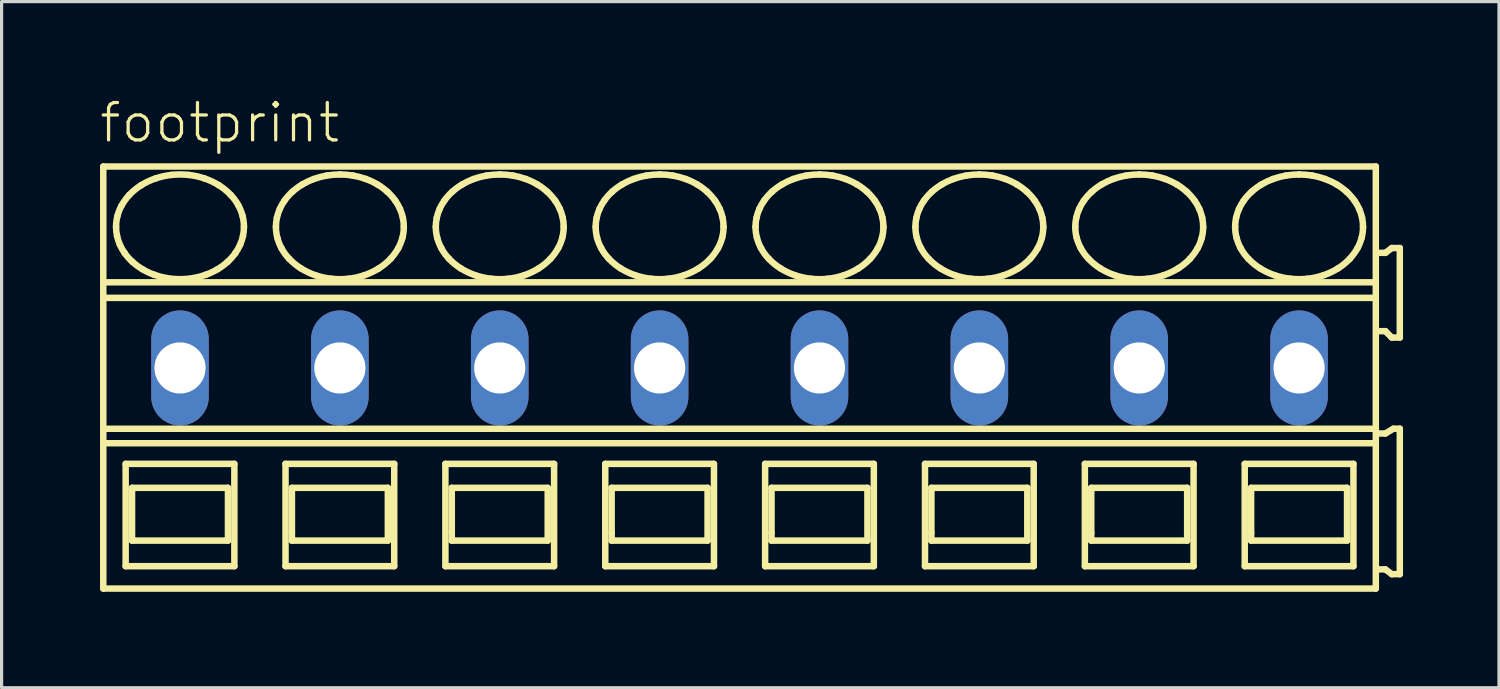
<source format=kicad_pcb>
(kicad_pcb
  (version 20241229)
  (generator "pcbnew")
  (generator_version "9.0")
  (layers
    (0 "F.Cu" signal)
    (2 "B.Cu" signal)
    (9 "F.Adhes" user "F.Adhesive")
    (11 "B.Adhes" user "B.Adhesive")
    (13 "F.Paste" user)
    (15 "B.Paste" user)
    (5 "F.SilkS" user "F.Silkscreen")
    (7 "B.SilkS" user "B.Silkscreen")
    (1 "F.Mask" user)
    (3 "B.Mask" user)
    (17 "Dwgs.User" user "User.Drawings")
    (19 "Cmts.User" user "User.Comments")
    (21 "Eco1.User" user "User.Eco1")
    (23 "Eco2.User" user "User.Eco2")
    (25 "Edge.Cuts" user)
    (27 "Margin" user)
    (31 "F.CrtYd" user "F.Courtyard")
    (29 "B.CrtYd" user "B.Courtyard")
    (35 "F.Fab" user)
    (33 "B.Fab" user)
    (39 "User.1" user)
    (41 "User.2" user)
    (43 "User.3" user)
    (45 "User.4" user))
  (footprint "footprint"
    (layer "F.Cu")
    (at 5.08 8.458)
    (property "Reference" "footprint" (at -5.08 -6.985 0) (layer "F.SilkS") (effects (font (size 1.168 1.168) (thickness 0.102)) (justify left bottom)))
    (fp_line (start -4.9 -6.3) (end -4.9 -2.679) (stroke (width 0.203) (type solid)) (layer "F.SilkS"))
    (fp_line (start -4.9 -2.679) (end -4.9 -2.192) (stroke (width 0.203) (type solid)) (layer "F.SilkS"))
    (fp_line (start -4.9 -2.192) (end -4.9 1.902) (stroke (width 0.203) (type solid)) (layer "F.SilkS"))
    (fp_line (start -4.9 1.902) (end -4.9 2.354) (stroke (width 0.203) (type solid)) (layer "F.SilkS"))
    (fp_line (start -4.9 2.354) (end -4.9 6.9) (stroke (width 0.203) (type solid)) (layer "F.SilkS"))
    (fp_line (start -4.9 6.9) (end 34.9 6.9) (stroke (width 0.203) (type solid)) (layer "F.SilkS"))
    (fp_line (start -4.2 3) (end -4.2 6.2) (stroke (width 0.203) (type solid)) (layer "F.SilkS"))
    (fp_line (start -4.2 6.2) (end -0.8 6.2) (stroke (width 0.203) (type solid)) (layer "F.SilkS"))
    (fp_line (start -4 3.75) (end -4 5.4) (stroke (width 0.203) (type solid)) (layer "F.SilkS"))
    (fp_line (start -4 5.4) (end -1 5.4) (stroke (width 0.203) (type solid)) (layer "F.SilkS"))
    (fp_line (start -1 3.75) (end -4 3.75) (stroke (width 0.203) (type solid)) (layer "F.SilkS"))
    (fp_line (start -1 5.4) (end -1 3.75) (stroke (width 0.203) (type solid)) (layer "F.SilkS"))
    (fp_line (start -0.8 3) (end -4.2 3) (stroke (width 0.203) (type solid)) (layer "F.SilkS"))
    (fp_line (start -0.8 6.2) (end -0.8 3) (stroke (width 0.203) (type solid)) (layer "F.SilkS"))
    (fp_line (start 0.8 3) (end 0.8 6.2) (stroke (width 0.203) (type solid)) (layer "F.SilkS"))
    (fp_line (start 0.8 6.2) (end 4.2 6.2) (stroke (width 0.203) (type solid)) (layer "F.SilkS"))
    (fp_line (start 1 3.75) (end 1 5.15) (stroke (width 0.203) (type solid)) (layer "F.SilkS"))
    (fp_line (start 1 5.15) (end 1 5.4) (stroke (width 0.203) (type solid)) (layer "F.SilkS"))
    (fp_line (start 1 5.4) (end 4 5.4) (stroke (width 0.203) (type solid)) (layer "F.SilkS"))
    (fp_line (start 4 3.75) (end 1 3.75) (stroke (width 0.203) (type solid)) (layer "F.SilkS"))
    (fp_line (start 4 5.4) (end 4 3.75) (stroke (width 0.203) (type solid)) (layer "F.SilkS"))
    (fp_line (start 4.2 3) (end 0.8 3) (stroke (width 0.203) (type solid)) (layer "F.SilkS"))
    (fp_line (start 4.2 6.2) (end 4.2 3) (stroke (width 0.203) (type solid)) (layer "F.SilkS"))
    (fp_line (start 5.8 3) (end 5.8 6.2) (stroke (width 0.203) (type solid)) (layer "F.SilkS"))
    (fp_line (start 5.8 6.2) (end 9.2 6.2) (stroke (width 0.203) (type solid)) (layer "F.SilkS"))
    (fp_line (start 6 3.75) (end 6 5.15) (stroke (width 0.203) (type solid)) (layer "F.SilkS"))
    (fp_line (start 6 5.15) (end 6 5.4) (stroke (width 0.203) (type solid)) (layer "F.SilkS"))
    (fp_line (start 6 5.4) (end 9 5.4) (stroke (width 0.203) (type solid)) (layer "F.SilkS"))
    (fp_line (start 9 3.75) (end 6 3.75) (stroke (width 0.203) (type solid)) (layer "F.SilkS"))
    (fp_line (start 9 5.4) (end 9 3.75) (stroke (width 0.203) (type solid)) (layer "F.SilkS"))
    (fp_line (start 9.2 3) (end 5.8 3) (stroke (width 0.203) (type solid)) (layer "F.SilkS"))
    (fp_line (start 9.2 6.2) (end 9.2 3) (stroke (width 0.203) (type solid)) (layer "F.SilkS"))
    (fp_line (start 10.8 3) (end 10.8 6.2) (stroke (width 0.203) (type solid)) (layer "F.SilkS"))
    (fp_line (start 10.8 6.2) (end 14.2 6.2) (stroke (width 0.203) (type solid)) (layer "F.SilkS"))
    (fp_line (start 11 3.75) (end 11 5.15) (stroke (width 0.203) (type solid)) (layer "F.SilkS"))
    (fp_line (start 11 5.15) (end 11 5.4) (stroke (width 0.203) (type solid)) (layer "F.SilkS"))
    (fp_line (start 11 5.4) (end 14 5.4) (stroke (width 0.203) (type solid)) (layer "F.SilkS"))
    (fp_line (start 14 3.75) (end 11 3.75) (stroke (width 0.203) (type solid)) (layer "F.SilkS"))
    (fp_line (start 14 5.4) (end 14 3.75) (stroke (width 0.203) (type solid)) (layer "F.SilkS"))
    (fp_line (start 14.2 3) (end 10.8 3) (stroke (width 0.203) (type solid)) (layer "F.SilkS"))
    (fp_line (start 14.2 6.2) (end 14.2 3) (stroke (width 0.203) (type solid)) (layer "F.SilkS"))
    (fp_line (start 15.8 3) (end 15.8 6.2) (stroke (width 0.203) (type solid)) (layer "F.SilkS"))
    (fp_line (start 15.8 6.2) (end 19.2 6.2) (stroke (width 0.203) (type solid)) (layer "F.SilkS"))
    (fp_line (start 16 3.75) (end 16 5.15) (stroke (width 0.203) (type solid)) (layer "F.SilkS"))
    (fp_line (start 16 5.15) (end 16 5.4) (stroke (width 0.203) (type solid)) (layer "F.SilkS"))
    (fp_line (start 16 5.4) (end 19 5.4) (stroke (width 0.203) (type solid)) (layer "F.SilkS"))
    (fp_line (start 19 3.75) (end 16 3.75) (stroke (width 0.203) (type solid)) (layer "F.SilkS"))
    (fp_line (start 19 5.4) (end 19 3.75) (stroke (width 0.203) (type solid)) (layer "F.SilkS"))
    (fp_line (start 19.2 3) (end 15.8 3) (stroke (width 0.203) (type solid)) (layer "F.SilkS"))
    (fp_line (start 19.2 6.2) (end 19.2 3) (stroke (width 0.203) (type solid)) (layer "F.SilkS"))
    (fp_line (start 20.8 3) (end 20.8 6.2) (stroke (width 0.203) (type solid)) (layer "F.SilkS"))
    (fp_line (start 20.8 6.2) (end 24.2 6.2) (stroke (width 0.203) (type solid)) (layer "F.SilkS"))
    (fp_line (start 21 3.75) (end 21 5.15) (stroke (width 0.203) (type solid)) (layer "F.SilkS"))
    (fp_line (start 21 5.15) (end 21 5.4) (stroke (width 0.203) (type solid)) (layer "F.SilkS"))
    (fp_line (start 21 5.4) (end 24 5.4) (stroke (width 0.203) (type solid)) (layer "F.SilkS"))
    (fp_line (start 24 3.75) (end 21 3.75) (stroke (width 0.203) (type solid)) (layer "F.SilkS"))
    (fp_line (start 24 5.4) (end 24 3.75) (stroke (width 0.203) (type solid)) (layer "F.SilkS"))
    (fp_line (start 24.2 3) (end 20.8 3) (stroke (width 0.203) (type solid)) (layer "F.SilkS"))
    (fp_line (start 24.2 6.2) (end 24.2 3) (stroke (width 0.203) (type solid)) (layer "F.SilkS"))
    (fp_line (start 25.8 3) (end 25.8 6.2) (stroke (width 0.203) (type solid)) (layer "F.SilkS"))
    (fp_line (start 25.8 6.2) (end 29.2 6.2) (stroke (width 0.203) (type solid)) (layer "F.SilkS"))
    (fp_line (start 26 3.75) (end 26 5.15) (stroke (width 0.203) (type solid)) (layer "F.SilkS"))
    (fp_line (start 26 5.15) (end 26 5.4) (stroke (width 0.203) (type solid)) (layer "F.SilkS"))
    (fp_line (start 26 5.4) (end 29 5.4) (stroke (width 0.203) (type solid)) (layer "F.SilkS"))
    (fp_line (start 29 3.75) (end 26 3.75) (stroke (width 0.203) (type solid)) (layer "F.SilkS"))
    (fp_line (start 29 5.4) (end 29 3.75) (stroke (width 0.203) (type solid)) (layer "F.SilkS"))
    (fp_line (start 29.2 3) (end 25.8 3) (stroke (width 0.203) (type solid)) (layer "F.SilkS"))
    (fp_line (start 29.2 6.2) (end 29.2 3) (stroke (width 0.203) (type solid)) (layer "F.SilkS"))
    (fp_line (start 30.8 3) (end 30.8 6.2) (stroke (width 0.203) (type solid)) (layer "F.SilkS"))
    (fp_line (start 30.8 6.2) (end 34.2 6.2) (stroke (width 0.203) (type solid)) (layer "F.SilkS"))
    (fp_line (start 31 3.75) (end 31 5.15) (stroke (width 0.203) (type solid)) (layer "F.SilkS"))
    (fp_line (start 31 5.15) (end 31 5.4) (stroke (width 0.203) (type solid)) (layer "F.SilkS"))
    (fp_line (start 31 5.4) (end 34 5.4) (stroke (width 0.203) (type solid)) (layer "F.SilkS"))
    (fp_line (start 34 3.75) (end 31 3.75) (stroke (width 0.203) (type solid)) (layer "F.SilkS"))
    (fp_line (start 34 5.4) (end 34 3.75) (stroke (width 0.203) (type solid)) (layer "F.SilkS"))
    (fp_line (start 34.2 3) (end 30.8 3) (stroke (width 0.203) (type solid)) (layer "F.SilkS"))
    (fp_line (start 34.2 6.2) (end 34.2 3) (stroke (width 0.203) (type solid)) (layer "F.SilkS"))
    (fp_line (start 34.9 -6.3) (end -4.9 -6.3) (stroke (width 0.203) (type solid)) (layer "F.SilkS"))
    (fp_line (start 34.9 -2.679) (end -4.9 -2.679) (stroke (width 0.203) (type solid)) (layer "F.SilkS"))
    (fp_line (start 34.9 -2.679) (end 34.9 -6.3) (stroke (width 0.203) (type solid)) (layer "F.SilkS"))
    (fp_line (start 34.9 -2.192) (end -4.9 -2.192) (stroke (width 0.203) (type solid)) (layer "F.SilkS"))
    (fp_line (start 34.9 -2.192) (end 34.9 -2.679) (stroke (width 0.203) (type solid)) (layer "F.SilkS"))
    (fp_line (start 34.9 1.902) (end -4.9 1.902) (stroke (width 0.203) (type solid)) (layer "F.SilkS"))
    (fp_line (start 34.9 1.902) (end 34.9 -2.192) (stroke (width 0.203) (type solid)) (layer "F.SilkS"))
    (fp_line (start 34.9 2.354) (end -4.9 2.354) (stroke (width 0.203) (type solid)) (layer "F.SilkS"))
    (fp_line (start 34.9 2.354) (end 34.9 1.902) (stroke (width 0.203) (type solid)) (layer "F.SilkS"))
    (fp_line (start 34.9 6.9) (end 34.9 2.354) (stroke (width 0.203) (type solid)) (layer "F.SilkS"))
    (fp_line (start 35 -1.15) (end 35.2 -1.15) (stroke (width 0.203) (type solid)) (layer "F.SilkS"))
    (fp_line (start 35 6.3) (end 35.2 6.3) (stroke (width 0.203) (type solid)) (layer "F.SilkS"))
    (fp_line (start 35.2 -3.6) (end 35 -3.6) (stroke (width 0.203) (type solid)) (layer "F.SilkS"))
    (fp_line (start 35.2 -1.15) (end 35.4 -0.95) (stroke (width 0.203) (type solid)) (layer "F.SilkS"))
    (fp_line (start 35.2 2.05) (end 35 2.05) (stroke (width 0.203) (type solid)) (layer "F.SilkS"))
    (fp_line (start 35.2 6.3) (end 35.4 6.45) (stroke (width 0.203) (type solid)) (layer "F.SilkS"))
    (fp_line (start 35.4 -3.75) (end 35.2 -3.6) (stroke (width 0.203) (type solid)) (layer "F.SilkS"))
    (fp_line (start 35.4 -0.95) (end 35.65 -0.95) (stroke (width 0.203) (type solid)) (layer "F.SilkS"))
    (fp_line (start 35.4 6.45) (end 35.65 6.45) (stroke (width 0.203) (type solid)) (layer "F.SilkS"))
    (fp_line (start 35.45 1.9) (end 35.2 2.05) (stroke (width 0.203) (type solid)) (layer "F.SilkS"))
    (fp_line (start 35.65 -3.75) (end 35.4 -3.75) (stroke (width 0.203) (type solid)) (layer "F.SilkS"))
    (fp_line (start 35.65 -0.95) (end 35.65 -3.75) (stroke (width 0.203) (type solid)) (layer "F.SilkS"))
    (fp_line (start 35.65 1.9) (end 35.45 1.9) (stroke (width 0.203) (type solid)) (layer "F.SilkS"))
    (fp_line (start 35.65 6.45) (end 35.65 1.9) (stroke (width 0.203) (type solid)) (layer "F.SilkS"))
    (fp_arc (start -4.5 -4.4136) (mid -4.488905 -4.585389) (end -4.4562 -4.7544) (stroke (width 0.2032) (type solid)) (layer "F.SilkS"))
    (fp_arc (start -4.4695 -4.1287) (mid -4.492308 -4.270341) (end -4.5 -4.4136) (stroke (width 0.2032) (type solid)) (layer "F.SilkS"))
    (fp_arc (start -4.4562 -4.7544) (mid -4.401558 -4.920839) (end -4.3273 -5.0795) (stroke (width 0.2032) (type solid)) (layer "F.SilkS"))
    (fp_arc (start -4.3795 -3.8536) (mid -4.431599 -3.988827) (end -4.4695 -4.1287) (stroke (width 0.2032) (type solid)) (layer "F.SilkS"))
    (fp_arc (start -4.3274 -5.0795) (mid -4.216217 -5.252167) (end -4.0864 -5.4113) (stroke (width 0.2032) (type solid)) (layer "F.SilkS"))
    (fp_arc (start -4.232 -3.5945) (mid -4.312155 -3.720404) (end -4.3795 -3.8536) (stroke (width 0.2032) (type solid)) (layer "F.SilkS"))
    (fp_arc (start -4.0864 -5.4113) (mid -3.911717 -5.573771) (end -3.718 -5.713) (stroke (width 0.2032) (type solid)) (layer "F.SilkS"))
    (fp_arc (start -3.9861 -3.3171) (mid -4.116737 -3.448975) (end -4.2321 -3.5944) (stroke (width 0.2032) (type solid)) (layer "F.SilkS"))
    (fp_arc (start -3.718 -5.713) (mid -3.497651 -5.83326) (end -3.2649 -5.9273) (stroke (width 0.2032) (type solid)) (layer "F.SilkS"))
    (fp_arc (start -3.676 -3.0884) (mid -3.836846 -3.194891) (end -3.9861 -3.3171) (stroke (width 0.2032) (type solid)) (layer "F.SilkS"))
    (fp_arc (start -3.313 -2.9167) (mid -3.498551 -2.993985) (end -3.676 -3.0884) (stroke (width 0.2032) (type solid)) (layer "F.SilkS"))
    (fp_arc (start -3.2649 -5.9273) (mid -3.016253 -5.996227) (end -2.7616 -6.0378) (stroke (width 0.2032) (type solid)) (layer "F.SilkS"))
    (fp_arc (start -2.9161 -2.8111) (mid -3.116893 -2.855096) (end -3.313 -2.9167) (stroke (width 0.2032) (type solid)) (layer "F.SilkS"))
    (fp_arc (start -2.7616 -6.0378) (mid -2.5 -6.051841) (end -2.2384 -6.0378) (stroke (width 0.2032) (type solid)) (layer "F.SilkS"))
    (fp_arc (start -2.5 -2.7752) (mid -2.708826 -2.784159) (end -2.9161 -2.8111) (stroke (width 0.2032) (type solid)) (layer "F.SilkS"))
    (fp_arc (start -2.2384 -6.0378) (mid -1.983714 -5.996379) (end -1.7351 -5.9273) (stroke (width 0.2032) (type solid)) (layer "F.SilkS"))
    (fp_arc (start -2.0839 -2.8111) (mid -2.291182 -2.784277) (end -2.5 -2.7753) (stroke (width 0.2032) (type solid)) (layer "F.SilkS"))
    (fp_arc (start -1.7351 -5.9273) (mid -1.502222 -5.83353) (end -1.282 -5.713) (stroke (width 0.2032) (type solid)) (layer "F.SilkS"))
    (fp_arc (start -1.687 -2.9167) (mid -1.883129 -2.855175) (end -2.0839 -2.8111) (stroke (width 0.2032) (type solid)) (layer "F.SilkS"))
    (fp_arc (start -1.324 -3.0884) (mid -1.501514 -2.994123) (end -1.687 -2.9167) (stroke (width 0.2032) (type solid)) (layer "F.SilkS"))
    (fp_arc (start -1.282 -5.713) (mid -1.088036 -5.574073) (end -0.9136 -5.4113) (stroke (width 0.2032) (type solid)) (layer "F.SilkS"))
    (fp_arc (start -1.0139 -3.3171) (mid -1.163276 -3.195057) (end -1.324 -3.0884) (stroke (width 0.2032) (type solid)) (layer "F.SilkS"))
    (fp_arc (start -0.9137 -5.4112) (mid -0.781313 -5.253987) (end -0.6727 -5.0795) (stroke (width 0.2032) (type solid)) (layer "F.SilkS"))
    (fp_arc (start -0.7679 -3.5944) (mid -0.88339 -3.449088) (end -1.0139 -3.3171) (stroke (width 0.2032) (type solid)) (layer "F.SilkS"))
    (fp_arc (start -0.6727 -5.0795) (mid -0.598286 -4.920901) (end -0.5438 -4.7544) (stroke (width 0.2032) (type solid)) (layer "F.SilkS"))
    (fp_arc (start -0.6204 -3.8536) (mid -0.687861 -3.720421) (end -0.7679 -3.5944) (stroke (width 0.2032) (type solid)) (layer "F.SilkS"))
    (fp_arc (start -0.5438 -4.7544) (mid -0.511083 -4.58539) (end -0.5 -4.4136) (stroke (width 0.2032) (type solid)) (layer "F.SilkS"))
    (fp_arc (start -0.5305 -4.1287) (mid -0.568473 -3.988851) (end -0.6205 -3.8536) (stroke (width 0.2032) (type solid)) (layer "F.SilkS"))
    (fp_arc (start -0.5001 -4.4136) (mid -0.507739 -4.270343) (end -0.5305 -4.1287) (stroke (width 0.2032) (type solid)) (layer "F.SilkS"))
    (fp_arc (start 0.5 -4.4136) (mid 0.507693 -4.556809) (end 0.5305 -4.6984) (stroke (width 0.2032) (type solid)) (layer "F.SilkS"))
    (fp_arc (start 0.5305 -4.6984) (mid 0.568467 -4.8383) (end 0.6205 -4.9736) (stroke (width 0.2032) (type solid)) (layer "F.SilkS"))
    (fp_arc (start 0.5438 -4.0727) (mid 0.511073 -4.241759) (end 0.5 -4.4136) (stroke (width 0.2032) (type solid)) (layer "F.SilkS"))
    (fp_arc (start 0.6204 -4.9736) (mid 0.687866 -5.106728) (end 0.7679 -5.2327) (stroke (width 0.2032) (type solid)) (layer "F.SilkS"))
    (fp_arc (start 0.6727 -3.7476) (mid 0.598289 -3.9062) (end 0.5438 -4.0727) (stroke (width 0.2032) (type solid)) (layer "F.SilkS"))
    (fp_arc (start 0.7679 -5.2327) (mid 0.883386 -5.378016) (end 1.0139 -5.51) (stroke (width 0.2032) (type solid)) (layer "F.SilkS"))
    (fp_arc (start 0.9136 -3.4159) (mid 0.781267 -3.57312) (end 0.6727 -3.7476) (stroke (width 0.2032) (type solid)) (layer "F.SilkS"))
    (fp_arc (start 1.0139 -5.51) (mid 1.163277 -5.632042) (end 1.324 -5.7387) (stroke (width 0.2032) (type solid)) (layer "F.SilkS"))
    (fp_arc (start 1.282 -3.1141) (mid 1.088032 -3.253077) (end 0.9136 -3.4159) (stroke (width 0.2032) (type solid)) (layer "F.SilkS"))
    (fp_arc (start 1.324 -5.7387) (mid 1.501514 -5.832977) (end 1.687 -5.9104) (stroke (width 0.2032) (type solid)) (layer "F.SilkS"))
    (fp_arc (start 1.687 -5.9104) (mid 1.883129 -5.971925) (end 2.0839 -6.016) (stroke (width 0.2032) (type solid)) (layer "F.SilkS"))
    (fp_arc (start 1.7351 -2.8998) (mid 1.502222 -2.993571) (end 1.282 -3.1141) (stroke (width 0.2032) (type solid)) (layer "F.SilkS"))
    (fp_arc (start 2.0839 -6.0161) (mid 2.291183 -6.042919) (end 2.5 -6.0519) (stroke (width 0.2032) (type solid)) (layer "F.SilkS"))
    (fp_arc (start 2.2384 -2.7893) (mid 1.983714 -2.830721) (end 1.7351 -2.8998) (stroke (width 0.2032) (type solid)) (layer "F.SilkS"))
    (fp_arc (start 2.5 -6.0519) (mid 2.708826 -6.042941) (end 2.9161 -6.016) (stroke (width 0.2032) (type solid)) (layer "F.SilkS"))
    (fp_arc (start 2.7616 -2.7893) (mid 2.5 -2.775259) (end 2.2384 -2.7893) (stroke (width 0.2032) (type solid)) (layer "F.SilkS"))
    (fp_arc (start 2.9161 -6.016) (mid 3.116893 -5.972004) (end 3.313 -5.9104) (stroke (width 0.2032) (type solid)) (layer "F.SilkS"))
    (fp_arc (start 3.2649 -2.8998) (mid 3.016253 -2.830873) (end 2.7616 -2.7893) (stroke (width 0.2032) (type solid)) (layer "F.SilkS"))
    (fp_arc (start 3.313 -5.9104) (mid 3.498552 -5.833116) (end 3.676 -5.7387) (stroke (width 0.2032) (type solid)) (layer "F.SilkS"))
    (fp_arc (start 3.676 -5.7387) (mid 3.836846 -5.632209) (end 3.9861 -5.51) (stroke (width 0.2032) (type solid)) (layer "F.SilkS"))
    (fp_arc (start 3.718 -3.1141) (mid 3.497651 -2.993839) (end 3.2649 -2.8998) (stroke (width 0.2032) (type solid)) (layer "F.SilkS"))
    (fp_arc (start 3.9861 -5.51) (mid 4.116738 -5.378126) (end 4.2321 -5.2327) (stroke (width 0.2032) (type solid)) (layer "F.SilkS"))
    (fp_arc (start 4.0864 -3.4159) (mid 3.911721 -3.253378) (end 3.718 -3.1141) (stroke (width 0.2032) (type solid)) (layer "F.SilkS"))
    (fp_arc (start 4.2321 -5.2327) (mid 4.312204 -5.106793) (end 4.3795 -4.9736) (stroke (width 0.2032) (type solid)) (layer "F.SilkS"))
    (fp_arc (start 4.3273 -3.7476) (mid 4.216161 -3.574988) (end 4.0864 -3.4159) (stroke (width 0.2032) (type solid)) (layer "F.SilkS"))
    (fp_arc (start 4.3795 -4.9736) (mid 4.431605 -4.838324) (end 4.4695 -4.6984) (stroke (width 0.2032) (type solid)) (layer "F.SilkS"))
    (fp_arc (start 4.4562 -4.0727) (mid 4.401557 -3.906262) (end 4.3273 -3.7476) (stroke (width 0.2032) (type solid)) (layer "F.SilkS"))
    (fp_arc (start 4.4695 -4.6984) (mid 4.4923 -4.556809) (end 4.5 -4.4136) (stroke (width 0.2032) (type solid)) (layer "F.SilkS"))
    (fp_arc (start 4.5 -4.4136) (mid 4.488914 -4.241761) (end 4.4562 -4.0727) (stroke (width 0.2032) (type solid)) (layer "F.SilkS"))
    (fp_arc (start 5.5 -4.4136) (mid 5.507693 -4.556809) (end 5.5305 -4.6984) (stroke (width 0.2032) (type solid)) (layer "F.SilkS"))
    (fp_arc (start 5.5305 -4.6984) (mid 5.568467 -4.8383) (end 5.6205 -4.9736) (stroke (width 0.2032) (type solid)) (layer "F.SilkS"))
    (fp_arc (start 5.5438 -4.0727) (mid 5.511073 -4.241759) (end 5.5 -4.4136) (stroke (width 0.2032) (type solid)) (layer "F.SilkS"))
    (fp_arc (start 5.6204 -4.9736) (mid 5.687866 -5.106728) (end 5.7679 -5.2327) (stroke (width 0.2032) (type solid)) (layer "F.SilkS"))
    (fp_arc (start 5.6727 -3.7476) (mid 5.598289 -3.9062) (end 5.5438 -4.0727) (stroke (width 0.2032) (type solid)) (layer "F.SilkS"))
    (fp_arc (start 5.7679 -5.2327) (mid 5.883386 -5.378016) (end 6.0139 -5.51) (stroke (width 0.2032) (type solid)) (layer "F.SilkS"))
    (fp_arc (start 5.9136 -3.4159) (mid 5.781267 -3.57312) (end 5.6727 -3.7476) (stroke (width 0.2032) (type solid)) (layer "F.SilkS"))
    (fp_arc (start 6.0139 -5.51) (mid 6.163277 -5.632042) (end 6.324 -5.7387) (stroke (width 0.2032) (type solid)) (layer "F.SilkS"))
    (fp_arc (start 6.282 -3.1141) (mid 6.088032 -3.253077) (end 5.9136 -3.4159) (stroke (width 0.2032) (type solid)) (layer "F.SilkS"))
    (fp_arc (start 6.324 -5.7387) (mid 6.501514 -5.832977) (end 6.687 -5.9104) (stroke (width 0.2032) (type solid)) (layer "F.SilkS"))
    (fp_arc (start 6.687 -5.9104) (mid 6.883129 -5.971925) (end 7.0839 -6.016) (stroke (width 0.2032) (type solid)) (layer "F.SilkS"))
    (fp_arc (start 6.7351 -2.8998) (mid 6.502222 -2.993571) (end 6.282 -3.1141) (stroke (width 0.2032) (type solid)) (layer "F.SilkS"))
    (fp_arc (start 7.0839 -6.0161) (mid 7.291183 -6.042919) (end 7.5 -6.0519) (stroke (width 0.2032) (type solid)) (layer "F.SilkS"))
    (fp_arc (start 7.2384 -2.7893) (mid 6.983714 -2.830721) (end 6.7351 -2.8998) (stroke (width 0.2032) (type solid)) (layer "F.SilkS"))
    (fp_arc (start 7.5 -6.0519) (mid 7.708826 -6.042941) (end 7.9161 -6.016) (stroke (width 0.2032) (type solid)) (layer "F.SilkS"))
    (fp_arc (start 7.7616 -2.7893) (mid 7.5 -2.775259) (end 7.2384 -2.7893) (stroke (width 0.2032) (type solid)) (layer "F.SilkS"))
    (fp_arc (start 7.9161 -6.016) (mid 8.116893 -5.972004) (end 8.313 -5.9104) (stroke (width 0.2032) (type solid)) (layer "F.SilkS"))
    (fp_arc (start 8.2649 -2.8998) (mid 8.016253 -2.830873) (end 7.7616 -2.7893) (stroke (width 0.2032) (type solid)) (layer "F.SilkS"))
    (fp_arc (start 8.313 -5.9104) (mid 8.498552 -5.833116) (end 8.676 -5.7387) (stroke (width 0.2032) (type solid)) (layer "F.SilkS"))
    (fp_arc (start 8.676 -5.7387) (mid 8.836846 -5.632209) (end 8.9861 -5.51) (stroke (width 0.2032) (type solid)) (layer "F.SilkS"))
    (fp_arc (start 8.718 -3.1141) (mid 8.497651 -2.993839) (end 8.2649 -2.8998) (stroke (width 0.2032) (type solid)) (layer "F.SilkS"))
    (fp_arc (start 8.9861 -5.51) (mid 9.116738 -5.378126) (end 9.2321 -5.2327) (stroke (width 0.2032) (type solid)) (layer "F.SilkS"))
    (fp_arc (start 9.0864 -3.4159) (mid 8.911721 -3.253378) (end 8.718 -3.1141) (stroke (width 0.2032) (type solid)) (layer "F.SilkS"))
    (fp_arc (start 9.2321 -5.2327) (mid 9.312204 -5.106793) (end 9.3795 -4.9736) (stroke (width 0.2032) (type solid)) (layer "F.SilkS"))
    (fp_arc (start 9.3273 -3.7476) (mid 9.216161 -3.574988) (end 9.0864 -3.4159) (stroke (width 0.2032) (type solid)) (layer "F.SilkS"))
    (fp_arc (start 9.3795 -4.9736) (mid 9.431605 -4.838324) (end 9.4695 -4.6984) (stroke (width 0.2032) (type solid)) (layer "F.SilkS"))
    (fp_arc (start 9.4562 -4.0727) (mid 9.401557 -3.906262) (end 9.3273 -3.7476) (stroke (width 0.2032) (type solid)) (layer "F.SilkS"))
    (fp_arc (start 9.4695 -4.6984) (mid 9.4923 -4.556809) (end 9.5 -4.4136) (stroke (width 0.2032) (type solid)) (layer "F.SilkS"))
    (fp_arc (start 9.5 -4.4136) (mid 9.488914 -4.241761) (end 9.4562 -4.0727) (stroke (width 0.2032) (type solid)) (layer "F.SilkS"))
    (fp_arc (start 10.5 -4.4136) (mid 10.507693 -4.556809) (end 10.5305 -4.6984) (stroke (width 0.2032) (type solid)) (layer "F.SilkS"))
    (fp_arc (start 10.5305 -4.6984) (mid 10.568467 -4.8383) (end 10.6205 -4.9736) (stroke (width 0.2032) (type solid)) (layer "F.SilkS"))
    (fp_arc (start 10.5438 -4.0727) (mid 10.511073 -4.241759) (end 10.5 -4.4136) (stroke (width 0.2032) (type solid)) (layer "F.SilkS"))
    (fp_arc (start 10.6204 -4.9736) (mid 10.687866 -5.106728) (end 10.7679 -5.2327) (stroke (width 0.2032) (type solid)) (layer "F.SilkS"))
    (fp_arc (start 10.6727 -3.7476) (mid 10.598289 -3.9062) (end 10.5438 -4.0727) (stroke (width 0.2032) (type solid)) (layer "F.SilkS"))
    (fp_arc (start 10.7679 -5.2327) (mid 10.883386 -5.378016) (end 11.0139 -5.51) (stroke (width 0.2032) (type solid)) (layer "F.SilkS"))
    (fp_arc (start 10.9136 -3.4159) (mid 10.781267 -3.57312) (end 10.6727 -3.7476) (stroke (width 0.2032) (type solid)) (layer "F.SilkS"))
    (fp_arc (start 11.0139 -5.51) (mid 11.163277 -5.632042) (end 11.324 -5.7387) (stroke (width 0.2032) (type solid)) (layer "F.SilkS"))
    (fp_arc (start 11.282 -3.1141) (mid 11.088032 -3.253077) (end 10.9136 -3.4159) (stroke (width 0.2032) (type solid)) (layer "F.SilkS"))
    (fp_arc (start 11.324 -5.7387) (mid 11.501514 -5.832977) (end 11.687 -5.9104) (stroke (width 0.2032) (type solid)) (layer "F.SilkS"))
    (fp_arc (start 11.687 -5.9104) (mid 11.883129 -5.971925) (end 12.0839 -6.016) (stroke (width 0.2032) (type solid)) (layer "F.SilkS"))
    (fp_arc (start 11.7351 -2.8998) (mid 11.502222 -2.993571) (end 11.282 -3.1141) (stroke (width 0.2032) (type solid)) (layer "F.SilkS"))
    (fp_arc (start 12.0839 -6.0161) (mid 12.291183 -6.042919) (end 12.5 -6.0519) (stroke (width 0.2032) (type solid)) (layer "F.SilkS"))
    (fp_arc (start 12.2384 -2.7893) (mid 11.983714 -2.830721) (end 11.7351 -2.8998) (stroke (width 0.2032) (type solid)) (layer "F.SilkS"))
    (fp_arc (start 12.5 -6.0519) (mid 12.708826 -6.042941) (end 12.9161 -6.016) (stroke (width 0.2032) (type solid)) (layer "F.SilkS"))
    (fp_arc (start 12.7616 -2.7893) (mid 12.5 -2.775259) (end 12.2384 -2.7893) (stroke (width 0.2032) (type solid)) (layer "F.SilkS"))
    (fp_arc (start 12.9161 -6.016) (mid 13.116893 -5.972004) (end 13.313 -5.9104) (stroke (width 0.2032) (type solid)) (layer "F.SilkS"))
    (fp_arc (start 13.2649 -2.8998) (mid 13.016253 -2.830873) (end 12.7616 -2.7893) (stroke (width 0.2032) (type solid)) (layer "F.SilkS"))
    (fp_arc (start 13.313 -5.9104) (mid 13.498552 -5.833116) (end 13.676 -5.7387) (stroke (width 0.2032) (type solid)) (layer "F.SilkS"))
    (fp_arc (start 13.676 -5.7387) (mid 13.836846 -5.632209) (end 13.9861 -5.51) (stroke (width 0.2032) (type solid)) (layer "F.SilkS"))
    (fp_arc (start 13.718 -3.1141) (mid 13.497651 -2.993839) (end 13.2649 -2.8998) (stroke (width 0.2032) (type solid)) (layer "F.SilkS"))
    (fp_arc (start 13.9861 -5.51) (mid 14.116738 -5.378126) (end 14.2321 -5.2327) (stroke (width 0.2032) (type solid)) (layer "F.SilkS"))
    (fp_arc (start 14.0864 -3.4159) (mid 13.911721 -3.253378) (end 13.718 -3.1141) (stroke (width 0.2032) (type solid)) (layer "F.SilkS"))
    (fp_arc (start 14.2321 -5.2327) (mid 14.312204 -5.106793) (end 14.3795 -4.9736) (stroke (width 0.2032) (type solid)) (layer "F.SilkS"))
    (fp_arc (start 14.3273 -3.7476) (mid 14.216161 -3.574988) (end 14.0864 -3.4159) (stroke (width 0.2032) (type solid)) (layer "F.SilkS"))
    (fp_arc (start 14.3795 -4.9736) (mid 14.431605 -4.838324) (end 14.4695 -4.6984) (stroke (width 0.2032) (type solid)) (layer "F.SilkS"))
    (fp_arc (start 14.4562 -4.0727) (mid 14.401557 -3.906262) (end 14.3273 -3.7476) (stroke (width 0.2032) (type solid)) (layer "F.SilkS"))
    (fp_arc (start 14.4695 -4.6984) (mid 14.4923 -4.556809) (end 14.5 -4.4136) (stroke (width 0.2032) (type solid)) (layer "F.SilkS"))
    (fp_arc (start 14.5 -4.4136) (mid 14.488914 -4.241761) (end 14.4562 -4.0727) (stroke (width 0.2032) (type solid)) (layer "F.SilkS"))
    (fp_arc (start 15.5 -4.4136) (mid 15.507693 -4.556809) (end 15.5305 -4.6984) (stroke (width 0.2032) (type solid)) (layer "F.SilkS"))
    (fp_arc (start 15.5305 -4.6984) (mid 15.568467 -4.8383) (end 15.6205 -4.9736) (stroke (width 0.2032) (type solid)) (layer "F.SilkS"))
    (fp_arc (start 15.5438 -4.0727) (mid 15.511073 -4.241759) (end 15.5 -4.4136) (stroke (width 0.2032) (type solid)) (layer "F.SilkS"))
    (fp_arc (start 15.6204 -4.9736) (mid 15.687866 -5.106728) (end 15.7679 -5.2327) (stroke (width 0.2032) (type solid)) (layer "F.SilkS"))
    (fp_arc (start 15.6727 -3.7476) (mid 15.598289 -3.9062) (end 15.5438 -4.0727) (stroke (width 0.2032) (type solid)) (layer "F.SilkS"))
    (fp_arc (start 15.7679 -5.2327) (mid 15.883386 -5.378016) (end 16.0139 -5.51) (stroke (width 0.2032) (type solid)) (layer "F.SilkS"))
    (fp_arc (start 15.9136 -3.4159) (mid 15.781267 -3.57312) (end 15.6727 -3.7476) (stroke (width 0.2032) (type solid)) (layer "F.SilkS"))
    (fp_arc (start 16.0139 -5.51) (mid 16.163277 -5.632042) (end 16.324 -5.7387) (stroke (width 0.2032) (type solid)) (layer "F.SilkS"))
    (fp_arc (start 16.282 -3.1141) (mid 16.088032 -3.253077) (end 15.9136 -3.4159) (stroke (width 0.2032) (type solid)) (layer "F.SilkS"))
    (fp_arc (start 16.324 -5.7387) (mid 16.501514 -5.832977) (end 16.687 -5.9104) (stroke (width 0.2032) (type solid)) (layer "F.SilkS"))
    (fp_arc (start 16.687 -5.9104) (mid 16.883129 -5.971925) (end 17.0839 -6.016) (stroke (width 0.2032) (type solid)) (layer "F.SilkS"))
    (fp_arc (start 16.7351 -2.8998) (mid 16.502222 -2.993571) (end 16.282 -3.1141) (stroke (width 0.2032) (type solid)) (layer "F.SilkS"))
    (fp_arc (start 17.0839 -6.0161) (mid 17.291183 -6.042919) (end 17.5 -6.0519) (stroke (width 0.2032) (type solid)) (layer "F.SilkS"))
    (fp_arc (start 17.2384 -2.7893) (mid 16.983714 -2.830721) (end 16.7351 -2.8998) (stroke (width 0.2032) (type solid)) (layer "F.SilkS"))
    (fp_arc (start 17.5 -6.0519) (mid 17.708826 -6.042941) (end 17.9161 -6.016) (stroke (width 0.2032) (type solid)) (layer "F.SilkS"))
    (fp_arc (start 17.7616 -2.7893) (mid 17.5 -2.775259) (end 17.2384 -2.7893) (stroke (width 0.2032) (type solid)) (layer "F.SilkS"))
    (fp_arc (start 17.9161 -6.016) (mid 18.116893 -5.972004) (end 18.313 -5.9104) (stroke (width 0.2032) (type solid)) (layer "F.SilkS"))
    (fp_arc (start 18.2649 -2.8998) (mid 18.016253 -2.830873) (end 17.7616 -2.7893) (stroke (width 0.2032) (type solid)) (layer "F.SilkS"))
    (fp_arc (start 18.313 -5.9104) (mid 18.498552 -5.833116) (end 18.676 -5.7387) (stroke (width 0.2032) (type solid)) (layer "F.SilkS"))
    (fp_arc (start 18.676 -5.7387) (mid 18.836846 -5.632209) (end 18.9861 -5.51) (stroke (width 0.2032) (type solid)) (layer "F.SilkS"))
    (fp_arc (start 18.718 -3.1141) (mid 18.497651 -2.993839) (end 18.2649 -2.8998) (stroke (width 0.2032) (type solid)) (layer "F.SilkS"))
    (fp_arc (start 18.9861 -5.51) (mid 19.116738 -5.378126) (end 19.2321 -5.2327) (stroke (width 0.2032) (type solid)) (layer "F.SilkS"))
    (fp_arc (start 19.0864 -3.4159) (mid 18.911721 -3.253378) (end 18.718 -3.1141) (stroke (width 0.2032) (type solid)) (layer "F.SilkS"))
    (fp_arc (start 19.2321 -5.2327) (mid 19.312204 -5.106793) (end 19.3795 -4.9736) (stroke (width 0.2032) (type solid)) (layer "F.SilkS"))
    (fp_arc (start 19.3273 -3.7476) (mid 19.216161 -3.574988) (end 19.0864 -3.4159) (stroke (width 0.2032) (type solid)) (layer "F.SilkS"))
    (fp_arc (start 19.3795 -4.9736) (mid 19.431605 -4.838324) (end 19.4695 -4.6984) (stroke (width 0.2032) (type solid)) (layer "F.SilkS"))
    (fp_arc (start 19.4562 -4.0727) (mid 19.401557 -3.906262) (end 19.3273 -3.7476) (stroke (width 0.2032) (type solid)) (layer "F.SilkS"))
    (fp_arc (start 19.4695 -4.6984) (mid 19.4923 -4.556809) (end 19.5 -4.4136) (stroke (width 0.2032) (type solid)) (layer "F.SilkS"))
    (fp_arc (start 19.5 -4.4136) (mid 19.488914 -4.241761) (end 19.4562 -4.0727) (stroke (width 0.2032) (type solid)) (layer "F.SilkS"))
    (fp_arc (start 20.5 -4.4136) (mid 20.507693 -4.556809) (end 20.5305 -4.6984) (stroke (width 0.2032) (type solid)) (layer "F.SilkS"))
    (fp_arc (start 20.5305 -4.6984) (mid 20.568467 -4.8383) (end 20.6205 -4.9736) (stroke (width 0.2032) (type solid)) (layer "F.SilkS"))
    (fp_arc (start 20.5438 -4.0727) (mid 20.511073 -4.241759) (end 20.5 -4.4136) (stroke (width 0.2032) (type solid)) (layer "F.SilkS"))
    (fp_arc (start 20.6204 -4.9736) (mid 20.687866 -5.106728) (end 20.7679 -5.2327) (stroke (width 0.2032) (type solid)) (layer "F.SilkS"))
    (fp_arc (start 20.6727 -3.7476) (mid 20.598289 -3.9062) (end 20.5438 -4.0727) (stroke (width 0.2032) (type solid)) (layer "F.SilkS"))
    (fp_arc (start 20.7679 -5.2327) (mid 20.883386 -5.378016) (end 21.0139 -5.51) (stroke (width 0.2032) (type solid)) (layer "F.SilkS"))
    (fp_arc (start 20.9136 -3.4159) (mid 20.781267 -3.57312) (end 20.6727 -3.7476) (stroke (width 0.2032) (type solid)) (layer "F.SilkS"))
    (fp_arc (start 21.0139 -5.51) (mid 21.163277 -5.632042) (end 21.324 -5.7387) (stroke (width 0.2032) (type solid)) (layer "F.SilkS"))
    (fp_arc (start 21.282 -3.1141) (mid 21.088032 -3.253077) (end 20.9136 -3.4159) (stroke (width 0.2032) (type solid)) (layer "F.SilkS"))
    (fp_arc (start 21.324 -5.7387) (mid 21.501514 -5.832977) (end 21.687 -5.9104) (stroke (width 0.2032) (type solid)) (layer "F.SilkS"))
    (fp_arc (start 21.687 -5.9104) (mid 21.883129 -5.971925) (end 22.0839 -6.016) (stroke (width 0.2032) (type solid)) (layer "F.SilkS"))
    (fp_arc (start 21.7351 -2.8998) (mid 21.502222 -2.993571) (end 21.282 -3.1141) (stroke (width 0.2032) (type solid)) (layer "F.SilkS"))
    (fp_arc (start 22.0839 -6.0161) (mid 22.291183 -6.042919) (end 22.5 -6.0519) (stroke (width 0.2032) (type solid)) (layer "F.SilkS"))
    (fp_arc (start 22.2384 -2.7893) (mid 21.983714 -2.830721) (end 21.7351 -2.8998) (stroke (width 0.2032) (type solid)) (layer "F.SilkS"))
    (fp_arc (start 22.5 -6.0519) (mid 22.708826 -6.042941) (end 22.9161 -6.016) (stroke (width 0.2032) (type solid)) (layer "F.SilkS"))
    (fp_arc (start 22.7616 -2.7893) (mid 22.5 -2.775259) (end 22.2384 -2.7893) (stroke (width 0.2032) (type solid)) (layer "F.SilkS"))
    (fp_arc (start 22.9161 -6.016) (mid 23.116893 -5.972004) (end 23.313 -5.9104) (stroke (width 0.2032) (type solid)) (layer "F.SilkS"))
    (fp_arc (start 23.2649 -2.8998) (mid 23.016253 -2.830873) (end 22.7616 -2.7893) (stroke (width 0.2032) (type solid)) (layer "F.SilkS"))
    (fp_arc (start 23.313 -5.9104) (mid 23.498552 -5.833116) (end 23.676 -5.7387) (stroke (width 0.2032) (type solid)) (layer "F.SilkS"))
    (fp_arc (start 23.676 -5.7387) (mid 23.836846 -5.632209) (end 23.9861 -5.51) (stroke (width 0.2032) (type solid)) (layer "F.SilkS"))
    (fp_arc (start 23.718 -3.1141) (mid 23.497651 -2.993839) (end 23.2649 -2.8998) (stroke (width 0.2032) (type solid)) (layer "F.SilkS"))
    (fp_arc (start 23.9861 -5.51) (mid 24.116738 -5.378126) (end 24.2321 -5.2327) (stroke (width 0.2032) (type solid)) (layer "F.SilkS"))
    (fp_arc (start 24.0864 -3.4159) (mid 23.911721 -3.253378) (end 23.718 -3.1141) (stroke (width 0.2032) (type solid)) (layer "F.SilkS"))
    (fp_arc (start 24.2321 -5.2327) (mid 24.312204 -5.106793) (end 24.3795 -4.9736) (stroke (width 0.2032) (type solid)) (layer "F.SilkS"))
    (fp_arc (start 24.3273 -3.7476) (mid 24.216161 -3.574988) (end 24.0864 -3.4159) (stroke (width 0.2032) (type solid)) (layer "F.SilkS"))
    (fp_arc (start 24.3795 -4.9736) (mid 24.431605 -4.838324) (end 24.4695 -4.6984) (stroke (width 0.2032) (type solid)) (layer "F.SilkS"))
    (fp_arc (start 24.4562 -4.0727) (mid 24.401557 -3.906262) (end 24.3273 -3.7476) (stroke (width 0.2032) (type solid)) (layer "F.SilkS"))
    (fp_arc (start 24.4695 -4.6984) (mid 24.4923 -4.556809) (end 24.5 -4.4136) (stroke (width 0.2032) (type solid)) (layer "F.SilkS"))
    (fp_arc (start 24.5 -4.4136) (mid 24.488914 -4.241761) (end 24.4562 -4.0727) (stroke (width 0.2032) (type solid)) (layer "F.SilkS"))
    (fp_arc (start 25.5 -4.4136) (mid 25.507693 -4.556809) (end 25.5305 -4.6984) (stroke (width 0.2032) (type solid)) (layer "F.SilkS"))
    (fp_arc (start 25.5305 -4.6984) (mid 25.568467 -4.8383) (end 25.6205 -4.9736) (stroke (width 0.2032) (type solid)) (layer "F.SilkS"))
    (fp_arc (start 25.5438 -4.0727) (mid 25.511073 -4.241759) (end 25.5 -4.4136) (stroke (width 0.2032) (type solid)) (layer "F.SilkS"))
    (fp_arc (start 25.6204 -4.9736) (mid 25.687866 -5.106728) (end 25.7679 -5.2327) (stroke (width 0.2032) (type solid)) (layer "F.SilkS"))
    (fp_arc (start 25.6727 -3.7476) (mid 25.598289 -3.9062) (end 25.5438 -4.0727) (stroke (width 0.2032) (type solid)) (layer "F.SilkS"))
    (fp_arc (start 25.7679 -5.2327) (mid 25.883386 -5.378016) (end 26.0139 -5.51) (stroke (width 0.2032) (type solid)) (layer "F.SilkS"))
    (fp_arc (start 25.9136 -3.4159) (mid 25.781267 -3.57312) (end 25.6727 -3.7476) (stroke (width 0.2032) (type solid)) (layer "F.SilkS"))
    (fp_arc (start 26.0139 -5.51) (mid 26.163277 -5.632042) (end 26.324 -5.7387) (stroke (width 0.2032) (type solid)) (layer "F.SilkS"))
    (fp_arc (start 26.282 -3.1141) (mid 26.088032 -3.253077) (end 25.9136 -3.4159) (stroke (width 0.2032) (type solid)) (layer "F.SilkS"))
    (fp_arc (start 26.324 -5.7387) (mid 26.501514 -5.832977) (end 26.687 -5.9104) (stroke (width 0.2032) (type solid)) (layer "F.SilkS"))
    (fp_arc (start 26.687 -5.9104) (mid 26.883129 -5.971925) (end 27.0839 -6.016) (stroke (width 0.2032) (type solid)) (layer "F.SilkS"))
    (fp_arc (start 26.7351 -2.8998) (mid 26.502222 -2.993571) (end 26.282 -3.1141) (stroke (width 0.2032) (type solid)) (layer "F.SilkS"))
    (fp_arc (start 27.0839 -6.0161) (mid 27.291183 -6.042919) (end 27.5 -6.0519) (stroke (width 0.2032) (type solid)) (layer "F.SilkS"))
    (fp_arc (start 27.2384 -2.7893) (mid 26.983714 -2.830721) (end 26.7351 -2.8998) (stroke (width 0.2032) (type solid)) (layer "F.SilkS"))
    (fp_arc (start 27.5 -6.0519) (mid 27.708826 -6.042941) (end 27.9161 -6.016) (stroke (width 0.2032) (type solid)) (layer "F.SilkS"))
    (fp_arc (start 27.7616 -2.7893) (mid 27.5 -2.775259) (end 27.2384 -2.7893) (stroke (width 0.2032) (type solid)) (layer "F.SilkS"))
    (fp_arc (start 27.9161 -6.016) (mid 28.116893 -5.972004) (end 28.313 -5.9104) (stroke (width 0.2032) (type solid)) (layer "F.SilkS"))
    (fp_arc (start 28.2649 -2.8998) (mid 28.016253 -2.830873) (end 27.7616 -2.7893) (stroke (width 0.2032) (type solid)) (layer "F.SilkS"))
    (fp_arc (start 28.313 -5.9104) (mid 28.498552 -5.833116) (end 28.676 -5.7387) (stroke (width 0.2032) (type solid)) (layer "F.SilkS"))
    (fp_arc (start 28.676 -5.7387) (mid 28.836846 -5.632209) (end 28.9861 -5.51) (stroke (width 0.2032) (type solid)) (layer "F.SilkS"))
    (fp_arc (start 28.718 -3.1141) (mid 28.497651 -2.993839) (end 28.2649 -2.8998) (stroke (width 0.2032) (type solid)) (layer "F.SilkS"))
    (fp_arc (start 28.9861 -5.51) (mid 29.116738 -5.378126) (end 29.2321 -5.2327) (stroke (width 0.2032) (type solid)) (layer "F.SilkS"))
    (fp_arc (start 29.0864 -3.4159) (mid 28.911721 -3.253378) (end 28.718 -3.1141) (stroke (width 0.2032) (type solid)) (layer "F.SilkS"))
    (fp_arc (start 29.2321 -5.2327) (mid 29.312204 -5.106793) (end 29.3795 -4.9736) (stroke (width 0.2032) (type solid)) (layer "F.SilkS"))
    (fp_arc (start 29.3273 -3.7476) (mid 29.216161 -3.574988) (end 29.0864 -3.4159) (stroke (width 0.2032) (type solid)) (layer "F.SilkS"))
    (fp_arc (start 29.3795 -4.9736) (mid 29.431605 -4.838324) (end 29.4695 -4.6984) (stroke (width 0.2032) (type solid)) (layer "F.SilkS"))
    (fp_arc (start 29.4562 -4.0727) (mid 29.401557 -3.906262) (end 29.3273 -3.7476) (stroke (width 0.2032) (type solid)) (layer "F.SilkS"))
    (fp_arc (start 29.4695 -4.6984) (mid 29.4923 -4.556809) (end 29.5 -4.4136) (stroke (width 0.2032) (type solid)) (layer "F.SilkS"))
    (fp_arc (start 29.5 -4.4136) (mid 29.488914 -4.241761) (end 29.4562 -4.0727) (stroke (width 0.2032) (type solid)) (layer "F.SilkS"))
    (fp_arc (start 30.5 -4.4136) (mid 30.507693 -4.556809) (end 30.5305 -4.6984) (stroke (width 0.2032) (type solid)) (layer "F.SilkS"))
    (fp_arc (start 30.5305 -4.6984) (mid 30.568467 -4.8383) (end 30.6205 -4.9736) (stroke (width 0.2032) (type solid)) (layer "F.SilkS"))
    (fp_arc (start 30.5438 -4.0727) (mid 30.511073 -4.241759) (end 30.5 -4.4136) (stroke (width 0.2032) (type solid)) (layer "F.SilkS"))
    (fp_arc (start 30.6204 -4.9736) (mid 30.687866 -5.106728) (end 30.7679 -5.2327) (stroke (width 0.2032) (type solid)) (layer "F.SilkS"))
    (fp_arc (start 30.6727 -3.7476) (mid 30.598289 -3.9062) (end 30.5438 -4.0727) (stroke (width 0.2032) (type solid)) (layer "F.SilkS"))
    (fp_arc (start 30.7679 -5.2327) (mid 30.883386 -5.378016) (end 31.0139 -5.51) (stroke (width 0.2032) (type solid)) (layer "F.SilkS"))
    (fp_arc (start 30.9136 -3.4159) (mid 30.781267 -3.57312) (end 30.6727 -3.7476) (stroke (width 0.2032) (type solid)) (layer "F.SilkS"))
    (fp_arc (start 31.0139 -5.51) (mid 31.163277 -5.632042) (end 31.324 -5.7387) (stroke (width 0.2032) (type solid)) (layer "F.SilkS"))
    (fp_arc (start 31.282 -3.1141) (mid 31.088032 -3.253077) (end 30.9136 -3.4159) (stroke (width 0.2032) (type solid)) (layer "F.SilkS"))
    (fp_arc (start 31.324 -5.7387) (mid 31.501514 -5.832977) (end 31.687 -5.9104) (stroke (width 0.2032) (type solid)) (layer "F.SilkS"))
    (fp_arc (start 31.687 -5.9104) (mid 31.883129 -5.971925) (end 32.0839 -6.016) (stroke (width 0.2032) (type solid)) (layer "F.SilkS"))
    (fp_arc (start 31.7351 -2.8998) (mid 31.502222 -2.993571) (end 31.282 -3.1141) (stroke (width 0.2032) (type solid)) (layer "F.SilkS"))
    (fp_arc (start 32.0839 -6.0161) (mid 32.291183 -6.042919) (end 32.5 -6.0519) (stroke (width 0.2032) (type solid)) (layer "F.SilkS"))
    (fp_arc (start 32.2384 -2.7893) (mid 31.983714 -2.830721) (end 31.7351 -2.8998) (stroke (width 0.2032) (type solid)) (layer "F.SilkS"))
    (fp_arc (start 32.5 -6.0519) (mid 32.708826 -6.042941) (end 32.9161 -6.016) (stroke (width 0.2032) (type solid)) (layer "F.SilkS"))
    (fp_arc (start 32.7616 -2.7893) (mid 32.5 -2.775259) (end 32.2384 -2.7893) (stroke (width 0.2032) (type solid)) (layer "F.SilkS"))
    (fp_arc (start 32.9161 -6.016) (mid 33.116893 -5.972004) (end 33.313 -5.9104) (stroke (width 0.2032) (type solid)) (layer "F.SilkS"))
    (fp_arc (start 33.2649 -2.8998) (mid 33.016253 -2.830873) (end 32.7616 -2.7893) (stroke (width 0.2032) (type solid)) (layer "F.SilkS"))
    (fp_arc (start 33.313 -5.9104) (mid 33.498552 -5.833116) (end 33.676 -5.7387) (stroke (width 0.2032) (type solid)) (layer "F.SilkS"))
    (fp_arc (start 33.676 -5.7387) (mid 33.836846 -5.632209) (end 33.9861 -5.51) (stroke (width 0.2032) (type solid)) (layer "F.SilkS"))
    (fp_arc (start 33.718 -3.1141) (mid 33.497651 -2.993839) (end 33.2649 -2.8998) (stroke (width 0.2032) (type solid)) (layer "F.SilkS"))
    (fp_arc (start 33.9861 -5.51) (mid 34.116738 -5.378126) (end 34.2321 -5.2327) (stroke (width 0.2032) (type solid)) (layer "F.SilkS"))
    (fp_arc (start 34.0864 -3.4159) (mid 33.911721 -3.253378) (end 33.718 -3.1141) (stroke (width 0.2032) (type solid)) (layer "F.SilkS"))
    (fp_arc (start 34.2321 -5.2327) (mid 34.312204 -5.106793) (end 34.3795 -4.9736) (stroke (width 0.2032) (type solid)) (layer "F.SilkS"))
    (fp_arc (start 34.3273 -3.7476) (mid 34.216161 -3.574988) (end 34.0864 -3.4159) (stroke (width 0.2032) (type solid)) (layer "F.SilkS"))
    (fp_arc (start 34.3795 -4.9736) (mid 34.431605 -4.838324) (end 34.4695 -4.6984) (stroke (width 0.2032) (type solid)) (layer "F.SilkS"))
    (fp_arc (start 34.4562 -4.0727) (mid 34.401557 -3.906262) (end 34.3273 -3.7476) (stroke (width 0.2032) (type solid)) (layer "F.SilkS"))
    (fp_arc (start 34.4695 -4.6984) (mid 34.4923 -4.556809) (end 34.5 -4.4136) (stroke (width 0.2032) (type solid)) (layer "F.SilkS"))
    (fp_arc (start 34.5 -4.4136) (mid 34.488914 -4.241761) (end 34.4562 -4.0727) (stroke (width 0.2032) (type solid)) (layer "F.SilkS"))
    (pad "1" thru_hole oval (at -2.5 0 90) (size 3.6 1.8) (drill 1.6) (layers "*.Cu" "*.Mask"))
    (pad "2" thru_hole oval (at 2.5 0 90) (size 3.6 1.8) (drill 1.6) (layers "*.Cu" "*.Mask"))
    (pad "3" thru_hole oval (at 7.5 0 90) (size 3.6 1.8) (drill 1.6) (layers "*.Cu" "*.Mask"))
    (pad "4" thru_hole oval (at 12.5 0 90) (size 3.6 1.8) (drill 1.6) (layers "*.Cu" "*.Mask"))
    (pad "5" thru_hole oval (at 17.5 0 90) (size 3.6 1.8) (drill 1.6) (layers "*.Cu" "*.Mask"))
    (pad "6" thru_hole oval (at 22.5 0 90) (size 3.6 1.8) (drill 1.6) (layers "*.Cu" "*.Mask"))
    (pad "7" thru_hole oval (at 27.5 0 90) (size 3.6 1.8) (drill 1.6) (layers "*.Cu" "*.Mask"))
    (pad "8" thru_hole oval (at 32.5 0 90) (size 3.6 1.8) (drill 1.6) (layers "*.Cu" "*.Mask")))
  (gr_rect
    (start -3 -3)
    (end 43.832 18.46)
    (stroke (width 0.1) (type default))
    (fill no)
    (layer "Edge.Cuts")))
</source>
